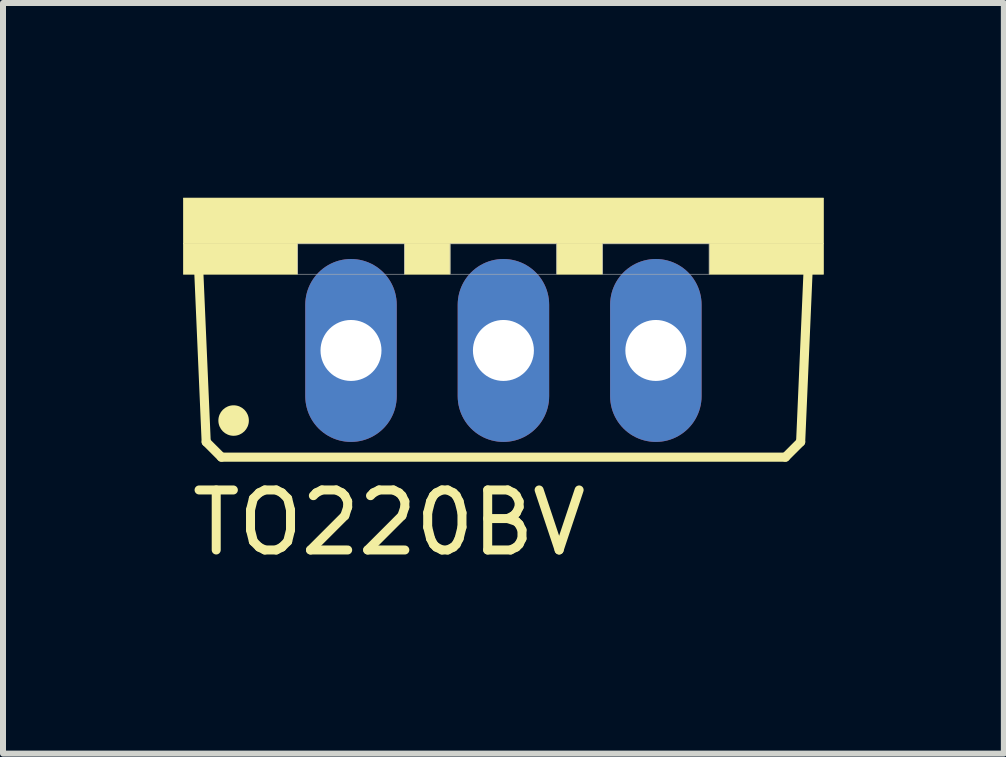
<source format=kicad_pcb>
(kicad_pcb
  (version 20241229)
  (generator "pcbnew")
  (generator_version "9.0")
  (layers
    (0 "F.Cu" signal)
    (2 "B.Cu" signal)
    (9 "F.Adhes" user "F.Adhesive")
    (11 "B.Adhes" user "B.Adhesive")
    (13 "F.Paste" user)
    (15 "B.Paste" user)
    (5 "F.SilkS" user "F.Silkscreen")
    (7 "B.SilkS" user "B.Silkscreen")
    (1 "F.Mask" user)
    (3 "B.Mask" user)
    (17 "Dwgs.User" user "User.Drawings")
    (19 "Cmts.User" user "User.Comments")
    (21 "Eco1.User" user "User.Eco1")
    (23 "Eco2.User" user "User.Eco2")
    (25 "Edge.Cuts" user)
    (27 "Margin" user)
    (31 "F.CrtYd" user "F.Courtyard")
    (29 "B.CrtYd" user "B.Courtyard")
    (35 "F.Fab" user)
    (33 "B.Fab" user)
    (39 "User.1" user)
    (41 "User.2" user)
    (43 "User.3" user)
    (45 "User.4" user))
  (footprint "TO220BV"
    (layer "F.Cu")
    (at 5.339 0.25)
    (property "Reference" "TO220BV" (at -1.905 5.41 0) (layer "F.SilkS") (effects (font (size 1 1) (thickness 0.15))))
    (attr through_hole)
    (fp_line (start -4.953 4.064) (end -5.08 1.143) (stroke (width 0.152) (type solid)) (layer "F.SilkS"))
    (fp_line (start -4.953 4.064) (end -4.699 4.318) (stroke (width 0.152) (type solid)) (layer "F.SilkS"))
    (fp_line (start 4.699 4.318) (end -4.699 4.318) (stroke (width 0.152) (type solid)) (layer "F.SilkS"))
    (fp_line (start 4.699 4.318) (end 4.953 4.064) (stroke (width 0.152) (type solid)) (layer "F.SilkS"))
    (fp_line (start 5.08 1.143) (end 4.953 4.064) (stroke (width 0.152) (type solid)) (layer "F.SilkS"))
    (fp_circle (center -4.496 3.708) (end -4.242 3.708) (stroke (width 0) (type solid)) (fill yes) (layer "F.SilkS"))
    (fp_poly (pts (xy -5.334 0) (xy 5.334 0) (xy 5.334 0.762) (xy -5.334 0.762)) (stroke (width 0.01) (type solid)) (fill yes) (layer "F.SilkS"))
    (fp_poly (pts (xy -5.334 0.762) (xy -3.429 0.762) (xy -3.429 1.27) (xy -5.334 1.27)) (stroke (width 0.01) (type solid)) (fill yes) (layer "F.SilkS"))
    (fp_poly (pts (xy -1.651 0.762) (xy -0.889 0.762) (xy -0.889 1.27) (xy -1.651 1.27)) (stroke (width 0.01) (type solid)) (fill yes) (layer "F.SilkS"))
    (fp_poly (pts (xy 0.889 0.762) (xy 1.651 0.762) (xy 1.651 1.27) (xy 0.889 1.27)) (stroke (width 0.01) (type solid)) (fill yes) (layer "F.SilkS"))
    (fp_poly (pts (xy 3.429 0.762) (xy 5.334 0.762) (xy 5.334 1.27) (xy 3.429 1.27)) (stroke (width 0.01) (type solid)) (fill yes) (layer "F.SilkS"))
    (fp_poly (pts (xy -3.429 0.762) (xy -1.651 0.762) (xy -1.651 1.27) (xy -3.429 1.27)) (stroke (width 0.01) (type solid)) (fill no) (layer "F.Fab"))
    (fp_poly (pts (xy -0.889 0.762) (xy 0.889 0.762) (xy 0.889 1.27) (xy -0.889 1.27)) (stroke (width 0.01) (type solid)) (fill no) (layer "F.Fab"))
    (fp_poly (pts (xy 1.651 0.762) (xy 3.429 0.762) (xy 3.429 1.27) (xy 1.651 1.27)) (stroke (width 0.01) (type solid)) (fill no) (layer "F.Fab"))
    (pad "D" thru_hole oval (at 0 2.54) (size 1.524 3.048) (drill 1.016) (layers "*.Cu" "*.Mask"))
    (pad "G" thru_hole oval (at -2.54 2.54) (size 1.524 3.048) (drill 1.016) (layers "*.Cu" "*.Mask"))
    (pad "S" thru_hole oval (at 2.54 2.54) (size 1.524 3.048) (drill 1.016) (layers "*.Cu" "*.Mask")))
  (gr_rect
    (start -3 -3)
    (end 13.678 9.508)
    (stroke (width 0.1) (type default))
    (fill no)
    (layer "Edge.Cuts")))
</source>
